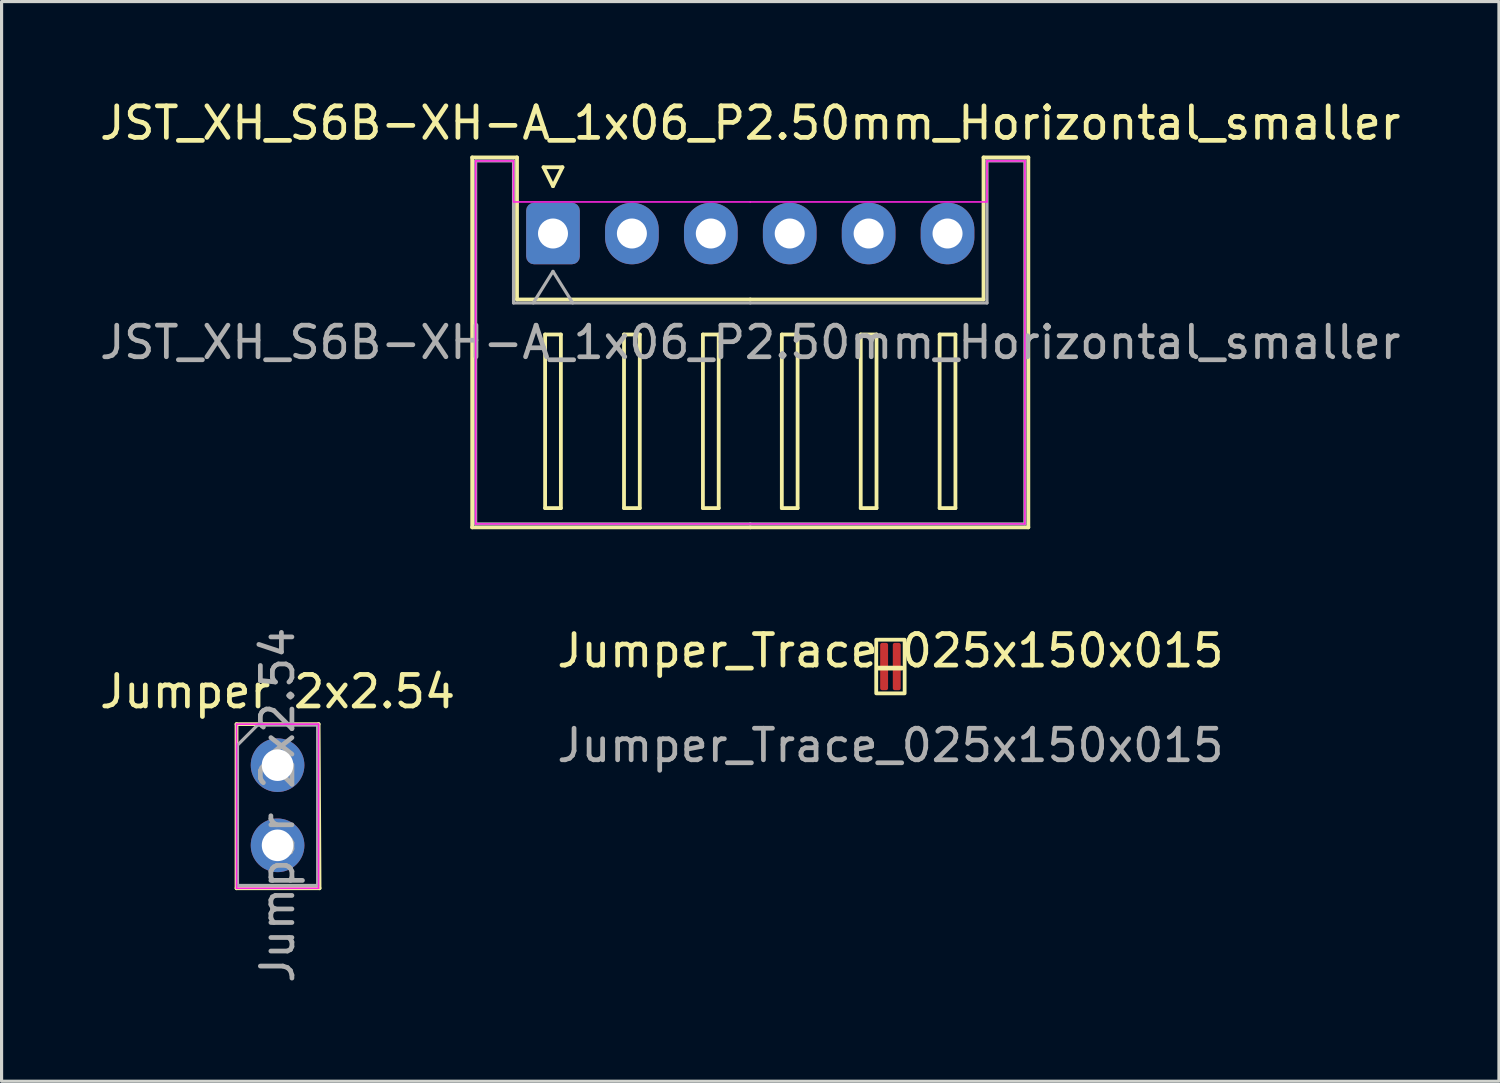
<source format=kicad_pcb>
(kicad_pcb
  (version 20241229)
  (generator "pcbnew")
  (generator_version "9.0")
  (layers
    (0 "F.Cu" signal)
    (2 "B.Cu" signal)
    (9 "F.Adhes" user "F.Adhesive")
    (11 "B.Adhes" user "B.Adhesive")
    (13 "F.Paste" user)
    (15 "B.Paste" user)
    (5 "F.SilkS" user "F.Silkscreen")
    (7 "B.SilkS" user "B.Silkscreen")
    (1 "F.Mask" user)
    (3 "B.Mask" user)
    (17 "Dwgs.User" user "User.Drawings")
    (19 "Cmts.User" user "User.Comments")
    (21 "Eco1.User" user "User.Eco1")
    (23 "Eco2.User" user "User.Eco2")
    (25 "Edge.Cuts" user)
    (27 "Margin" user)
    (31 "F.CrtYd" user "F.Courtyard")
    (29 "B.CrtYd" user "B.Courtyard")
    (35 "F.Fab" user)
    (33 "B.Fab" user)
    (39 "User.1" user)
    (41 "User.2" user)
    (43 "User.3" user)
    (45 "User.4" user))
  (footprint "Jumper 2x2.54"
    (layer "F.Cu")
    (at 5.744 21.192)
    (property "Reference" "Jumper 2x2.54" (at 0 -2.33 0) (layer "F.SilkS") (effects (font (size 1 1) (thickness 0.15))))
    (attr through_hole)
    (fp_line (start -1.3 -1.3) (end -1.3 3.9) (stroke (width 0.12) (type solid)) (layer "F.SilkS"))
    (fp_line (start -1.3 -1.3) (end 1.3 -1.3) (stroke (width 0.12) (type solid)) (layer "F.SilkS"))
    (fp_line (start -1.3 3.9) (end 1.33 3.9) (stroke (width 0.12) (type solid)) (layer "F.SilkS"))
    (fp_line (start 1.3 -1.3) (end 1.33 3.9) (stroke (width 0.12) (type solid)) (layer "F.SilkS"))
    (fp_line (start -1.3 -1.3) (end -1.3 3.9) (stroke (width 0.05) (type solid)) (layer "F.CrtYd"))
    (fp_line (start -1.3 3.9) (end 1.3 3.9) (stroke (width 0.05) (type solid)) (layer "F.CrtYd"))
    (fp_line (start 1.3 -1.3) (end -1.3 -1.3) (stroke (width 0.05) (type solid)) (layer "F.CrtYd"))
    (fp_line (start 1.3 3.9) (end 1.3 -1.3) (stroke (width 0.05) (type solid)) (layer "F.CrtYd"))
    (fp_line (start -1.27 -0.635) (end -0.635 -1.27) (stroke (width 0.1) (type solid)) (layer "F.Fab"))
    (fp_line (start -1.27 3.81) (end -1.27 -0.635) (stroke (width 0.1) (type solid)) (layer "F.Fab"))
    (fp_line (start -0.635 -1.27) (end 1.27 -1.27) (stroke (width 0.1) (type solid)) (layer "F.Fab"))
    (fp_line (start 1.27 -1.27) (end 1.27 3.81) (stroke (width 0.1) (type solid)) (layer "F.Fab"))
    (fp_line (start 1.27 3.81) (end -1.27 3.81) (stroke (width 0.1) (type solid)) (layer "F.Fab"))
    (fp_text user "${REFERENCE}" (at 0 1.27 90) (layer "F.Fab") (effects (font (size 1 1) (thickness 0.15))))
    (pad "1" thru_hole circle (at 0 0) (size 1.7 1.7) (drill 1) (layers "*.Cu" "*.Mask"))
    (pad "2" thru_hole oval (at 0 2.54) (size 1.7 1.7) (drill 1) (layers "*.Cu" "*.Mask")))
  (footprint "Jumper_Trace_025x150x015"
    (layer "F.Cu")
    (at 25.161 18.067)
    (property "Reference" "Jumper_Trace_025x150x015" (at 0 -0.5 0) (unlocked yes) (layer "F.SilkS") (effects (font (size 1 1) (thickness 0.15))))
    (attr smd)
    (fp_rect (start -0.45 -0.85) (end 0.45 0.85) (stroke (width 0.12) (type solid)) (fill no) (layer "F.SilkS"))
    (fp_text user "${REFERENCE}" (at 0 2.5 0) (unlocked yes) (layer "F.Fab") (effects (font (size 1 1) (thickness 0.15))))
    (pad "1" smd roundrect (at -0.2 0) (size 0.25 1.5) (layers "F.Cu" "F.Mask" "F.Paste") (roundrect_rratio 0.25))
    (pad "2" smd roundrect (at 0.2 0) (size 0.25 1.5) (layers "F.Cu" "F.Mask" "F.Paste") (roundrect_rratio 0.25)))
  (footprint "JST_XH_S6B-XH-A_1x06_P2.50mm_Horizontal_smaller"
    (layer "F.Cu")
    (at 20.72 4.348)
    (property "Reference" "JST_XH_S6B-XH-A_1x06_P2.50mm_Horizontal_smaller" (at 0 -3.5 0) (layer "F.SilkS") (effects (font (size 1 1) (thickness 0.15))))
    (attr through_hole)
    (fp_line (start -8.81 -2.41) (end -7.39 -2.41) (stroke (width 0.12) (type solid)) (layer "F.SilkS"))
    (fp_line (start -8.81 9.31) (end -8.81 -2.41) (stroke (width 0.12) (type solid)) (layer "F.SilkS"))
    (fp_line (start -7.39 -2.41) (end -7.39 2.09) (stroke (width 0.12) (type solid)) (layer "F.SilkS"))
    (fp_line (start -7.39 2.09) (end 0 2.09) (stroke (width 0.12) (type solid)) (layer "F.SilkS"))
    (fp_line (start -6.55 -2.1) (end -5.95 -2.1) (stroke (width 0.12) (type solid)) (layer "F.SilkS"))
    (fp_line (start -6.5 3.2) (end -6.5 8.7) (stroke (width 0.12) (type solid)) (layer "F.SilkS"))
    (fp_line (start -6.5 8.7) (end -6 8.7) (stroke (width 0.12) (type solid)) (layer "F.SilkS"))
    (fp_line (start -6.25 -1.5) (end -6.55 -2.1) (stroke (width 0.12) (type solid)) (layer "F.SilkS"))
    (fp_line (start -6 3.2) (end -6.5 3.2) (stroke (width 0.12) (type solid)) (layer "F.SilkS"))
    (fp_line (start -6 8.7) (end -6 3.2) (stroke (width 0.12) (type solid)) (layer "F.SilkS"))
    (fp_line (start -5.95 -2.1) (end -6.25 -1.5) (stroke (width 0.12) (type solid)) (layer "F.SilkS"))
    (fp_line (start -4 3.2) (end -4 8.7) (stroke (width 0.12) (type solid)) (layer "F.SilkS"))
    (fp_line (start -4 8.7) (end -3.5 8.7) (stroke (width 0.12) (type solid)) (layer "F.SilkS"))
    (fp_line (start -3.5 3.2) (end -4 3.2) (stroke (width 0.12) (type solid)) (layer "F.SilkS"))
    (fp_line (start -3.5 8.7) (end -3.5 3.2) (stroke (width 0.12) (type solid)) (layer "F.SilkS"))
    (fp_line (start -1.5 3.2) (end -1.5 8.7) (stroke (width 0.12) (type solid)) (layer "F.SilkS"))
    (fp_line (start -1.5 8.7) (end -1 8.7) (stroke (width 0.12) (type solid)) (layer "F.SilkS"))
    (fp_line (start -1 3.2) (end -1.5 3.2) (stroke (width 0.12) (type solid)) (layer "F.SilkS"))
    (fp_line (start -1 8.7) (end -1 3.2) (stroke (width 0.12) (type solid)) (layer "F.SilkS"))
    (fp_line (start 0 9.31) (end -8.81 9.31) (stroke (width 0.12) (type solid)) (layer "F.SilkS"))
    (fp_line (start 0 9.31) (end 8.81 9.31) (stroke (width 0.12) (type solid)) (layer "F.SilkS"))
    (fp_line (start 1 3.2) (end 1 8.7) (stroke (width 0.12) (type solid)) (layer "F.SilkS"))
    (fp_line (start 1 8.7) (end 1.5 8.7) (stroke (width 0.12) (type solid)) (layer "F.SilkS"))
    (fp_line (start 1.5 3.2) (end 1 3.2) (stroke (width 0.12) (type solid)) (layer "F.SilkS"))
    (fp_line (start 1.5 8.7) (end 1.5 3.2) (stroke (width 0.12) (type solid)) (layer "F.SilkS"))
    (fp_line (start 3.5 3.2) (end 3.5 8.7) (stroke (width 0.12) (type solid)) (layer "F.SilkS"))
    (fp_line (start 3.5 8.7) (end 4 8.7) (stroke (width 0.12) (type solid)) (layer "F.SilkS"))
    (fp_line (start 4 3.2) (end 3.5 3.2) (stroke (width 0.12) (type solid)) (layer "F.SilkS"))
    (fp_line (start 4 8.7) (end 4 3.2) (stroke (width 0.12) (type solid)) (layer "F.SilkS"))
    (fp_line (start 6 3.2) (end 6 8.7) (stroke (width 0.12) (type solid)) (layer "F.SilkS"))
    (fp_line (start 6 8.7) (end 6.5 8.7) (stroke (width 0.12) (type solid)) (layer "F.SilkS"))
    (fp_line (start 6.5 3.2) (end 6 3.2) (stroke (width 0.12) (type solid)) (layer "F.SilkS"))
    (fp_line (start 6.5 8.7) (end 6.5 3.2) (stroke (width 0.12) (type solid)) (layer "F.SilkS"))
    (fp_line (start 7.39 -2.41) (end 7.39 2.09) (stroke (width 0.12) (type solid)) (layer "F.SilkS"))
    (fp_line (start 7.39 2.09) (end 0 2.09) (stroke (width 0.12) (type solid)) (layer "F.SilkS"))
    (fp_line (start 8.81 -2.41) (end 7.39 -2.41) (stroke (width 0.12) (type solid)) (layer "F.SilkS"))
    (fp_line (start 8.81 9.31) (end 8.81 -2.41) (stroke (width 0.12) (type solid)) (layer "F.SilkS"))
    (fp_line (start -8.7 -2.3) (end -8.7 9.2) (stroke (width 0.05) (type default)) (layer "F.CrtYd"))
    (fp_line (start -8.7 9.2) (end 8.7 9.2) (stroke (width 0.05) (type default)) (layer "F.CrtYd"))
    (fp_line (start -7.5 -2.3) (end -8.7 -2.3) (stroke (width 0.05) (type default)) (layer "F.CrtYd"))
    (fp_line (start -7.5 -1) (end -7.5 -2.3) (stroke (width 0.05) (type default)) (layer "F.CrtYd"))
    (fp_line (start 0 -1) (end -7.5 -1) (stroke (width 0.05) (type default)) (layer "F.CrtYd"))
    (fp_line (start 7.5 -2.3) (end 7.5 -1) (stroke (width 0.05) (type default)) (layer "F.CrtYd"))
    (fp_line (start 7.5 -1) (end 0 -1) (stroke (width 0.05) (type default)) (layer "F.CrtYd"))
    (fp_line (start 8.7 -2.3) (end 7.5 -2.3) (stroke (width 0.05) (type default)) (layer "F.CrtYd"))
    (fp_line (start 8.7 9.2) (end 8.7 -2.3) (stroke (width 0.05) (type default)) (layer "F.CrtYd"))
    (fp_line (start -8.7 -2.3) (end -7.5 -2.3) (stroke (width 0.1) (type solid)) (layer "F.Fab"))
    (fp_line (start -8.7 9.2) (end -8.7 -2.3) (stroke (width 0.1) (type solid)) (layer "F.Fab"))
    (fp_line (start -7.5 -2.3) (end -7.5 2.2) (stroke (width 0.1) (type solid)) (layer "F.Fab"))
    (fp_line (start -7.5 2.2) (end 0 2.2) (stroke (width 0.1) (type solid)) (layer "F.Fab"))
    (fp_line (start -6.875 2.2) (end -6.25 1.2) (stroke (width 0.1) (type solid)) (layer "F.Fab"))
    (fp_line (start -6.25 1.2) (end -5.625 2.2) (stroke (width 0.1) (type solid)) (layer "F.Fab"))
    (fp_line (start 0 9.2) (end -8.7 9.2) (stroke (width 0.1) (type solid)) (layer "F.Fab"))
    (fp_line (start 0 9.2) (end 8.7 9.2) (stroke (width 0.1) (type solid)) (layer "F.Fab"))
    (fp_line (start 7.5 -2.3) (end 7.5 2.2) (stroke (width 0.1) (type solid)) (layer "F.Fab"))
    (fp_line (start 7.5 2.2) (end 0 2.2) (stroke (width 0.1) (type solid)) (layer "F.Fab"))
    (fp_line (start 8.7 -2.3) (end 7.5 -2.3) (stroke (width 0.1) (type solid)) (layer "F.Fab"))
    (fp_line (start 8.7 9.2) (end 8.7 -2.3) (stroke (width 0.1) (type solid)) (layer "F.Fab"))
    (fp_text user "${REFERENCE}" (at 0 3.45 0) (layer "F.Fab") (effects (font (size 1 1) (thickness 0.15))))
    (pad "1" thru_hole roundrect (at -6.25 0) (size 1.7 1.95) (drill 0.95) (layers "*.Cu" "*.Mask") (roundrect_rratio 0.147))
    (pad "2" thru_hole oval (at -3.75 0) (size 1.7 1.95) (drill 0.95) (layers "*.Cu" "*.Mask"))
    (pad "3" thru_hole oval (at -1.25 0) (size 1.7 1.95) (drill 0.95) (layers "*.Cu" "*.Mask"))
    (pad "4" thru_hole oval (at 1.25 0) (size 1.7 1.95) (drill 0.95) (layers "*.Cu" "*.Mask"))
    (pad "5" thru_hole oval (at 3.75 0) (size 1.7 1.95) (drill 0.95) (layers "*.Cu" "*.Mask"))
    (pad "6" thru_hole oval (at 6.25 0) (size 1.7 1.95) (drill 0.95) (layers "*.Cu" "*.Mask")))
  (gr_rect
    (start -3 -3)
    (end 44.44 31.206)
    (stroke (width 0.1) (type default))
    (fill no)
    (layer "Edge.Cuts")))
</source>
